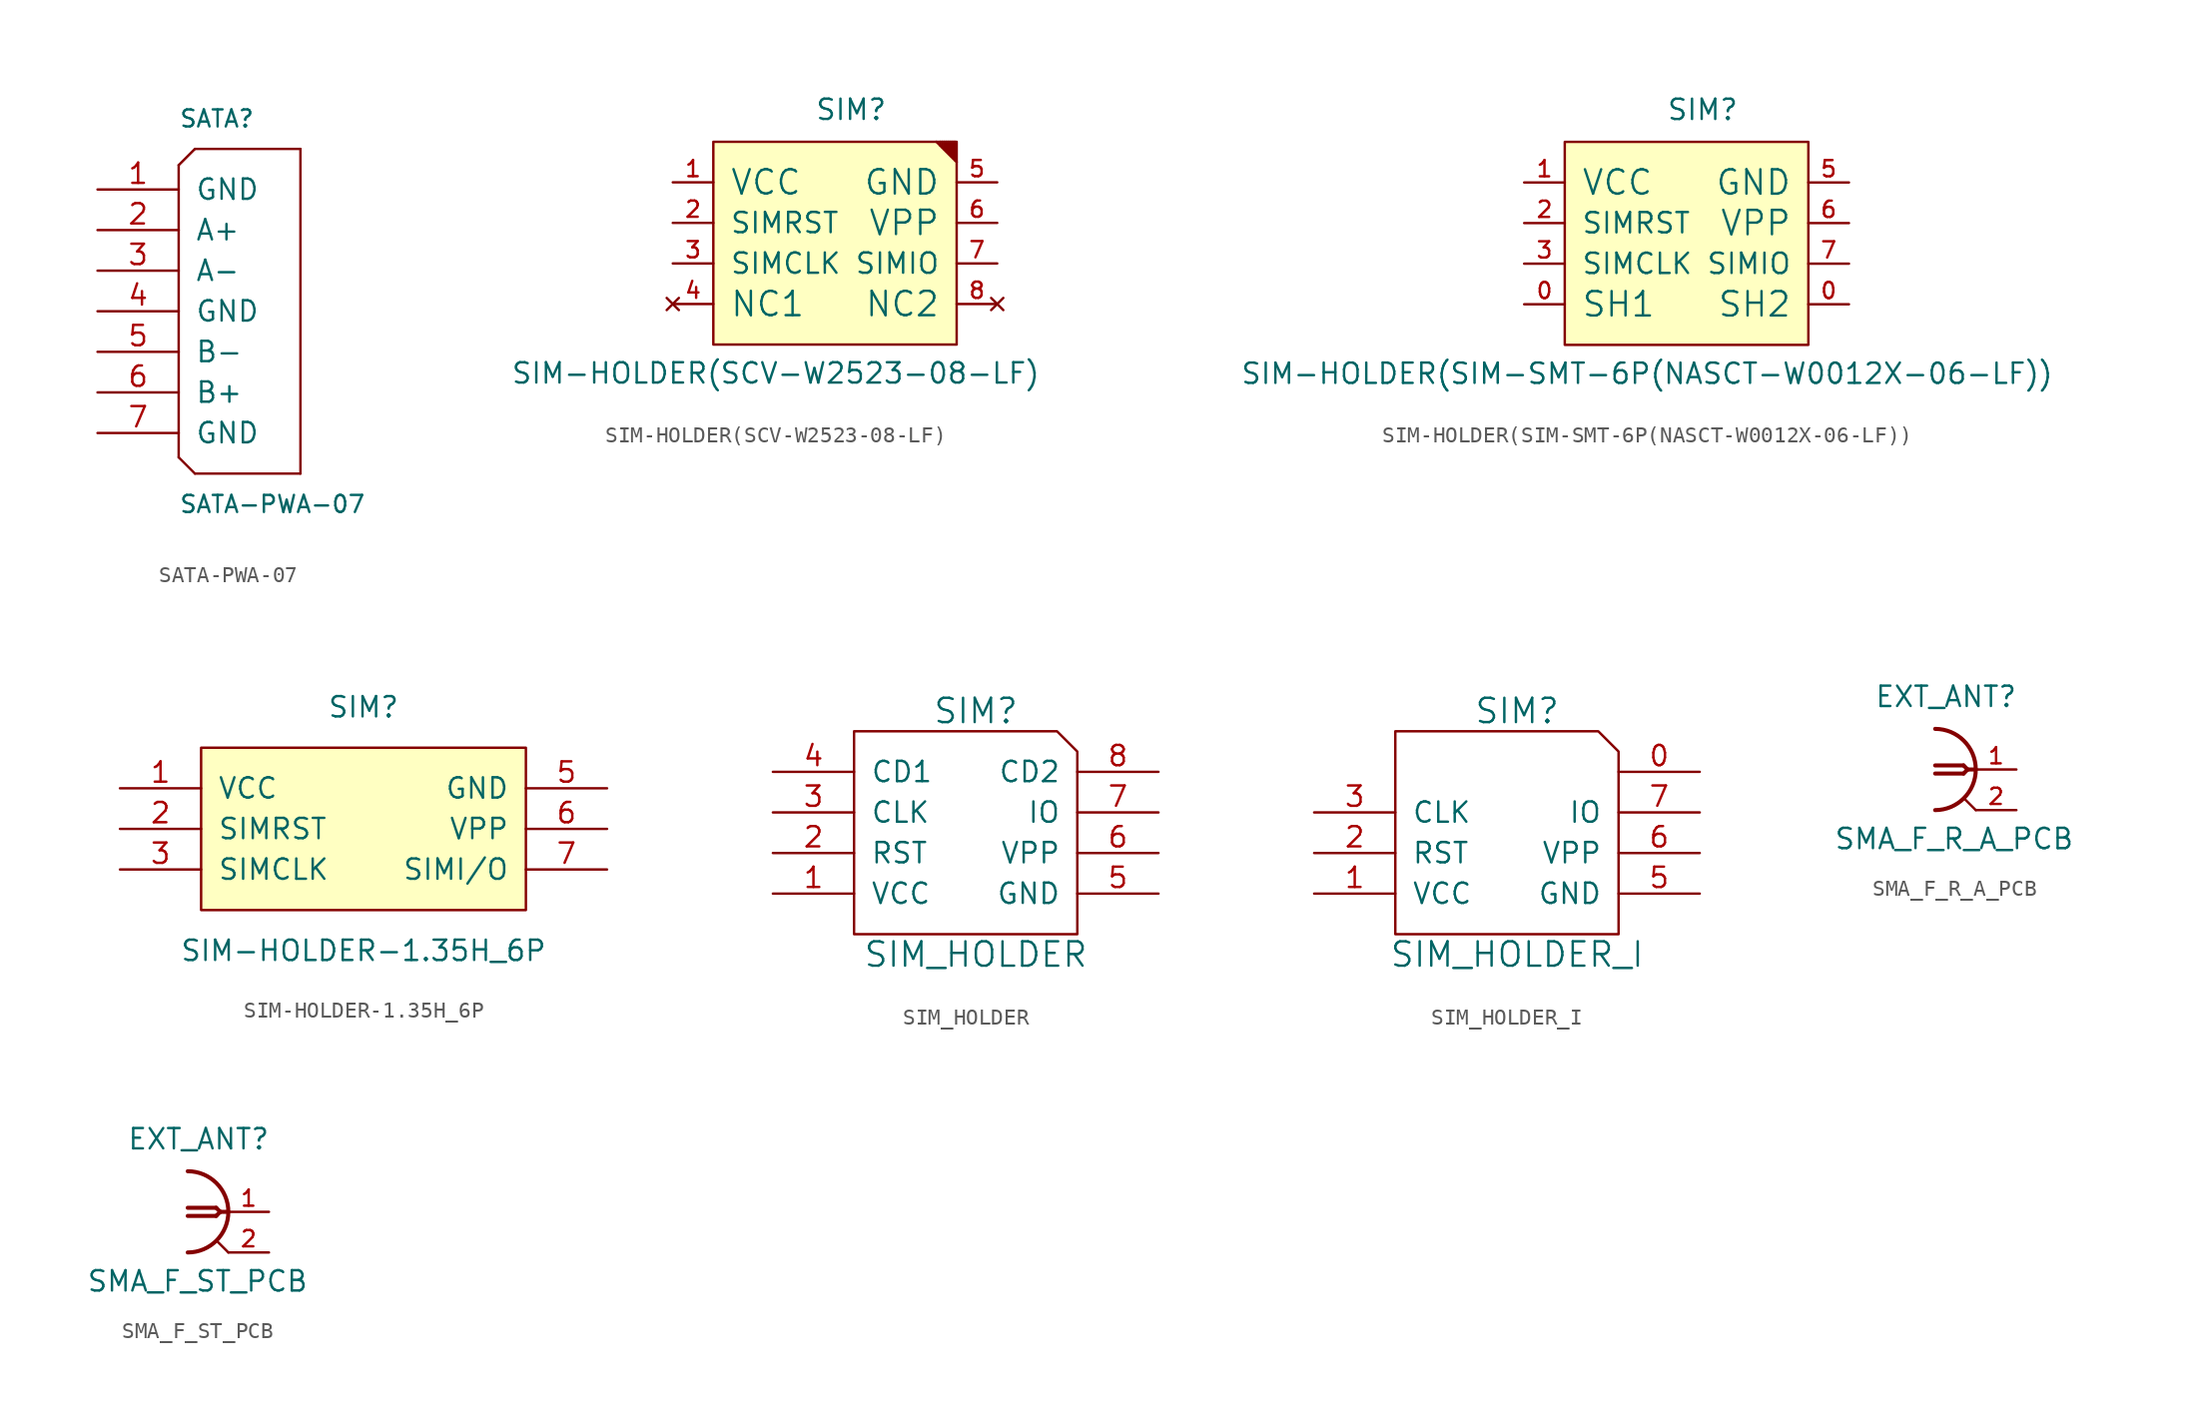
<source format=kicad_sym>
(kicad_symbol_lib
  (version 20211014)
  (generator kicad_symbol_editor)
  (symbol "SATA-PWA-07"
    (pin_names
      (offset 1.016))
    (property "Reference" "SATA"
      (at -2.54 11.43 0)
      (effects (font (size 1.067 1.067)) (justify left bottom)))
    (property "Value" "SATA-PWA-07"
      (at -2.54 -12.7 0)
      (effects (font (size 1.067 1.067)) (justify left bottom)))
    (symbol "SATA-PWA-07_1_0"
      (polyline (pts (xy -2.54 -9.144) (xy -1.524 -10.16)) (stroke (width 0) (type default) (color 0 0 0 0)) (fill (type none)))
      (polyline (pts (xy -2.54 9.144) (xy -2.54 -9.144)) (stroke (width 0) (type default) (color 0 0 0 0)) (fill (type none)))
      (polyline (pts (xy -1.524 -10.16) (xy 5.08 -10.16)) (stroke (width 0) (type default) (color 0 0 0 0)) (fill (type none)))
      (polyline (pts (xy -1.524 10.16) (xy -2.54 9.144)) (stroke (width 0) (type default) (color 0 0 0 0)) (fill (type none)))
      (polyline (pts (xy 5.08 -10.16) (xy 5.08 10.16)) (stroke (width 0) (type default) (color 0 0 0 0)) (fill (type none)))
      (polyline (pts (xy 5.08 10.16) (xy -1.524 10.16)) (stroke (width 0) (type default) (color 0 0 0 0)) (fill (type none)))
      (pin power_in line (at -7.62 7.62 0) (length 5.08) (name "GND" (effects (font (size 1.27 1.27)))) (number "1" (effects (font (size 1.27 1.27)))))
      (pin bidirectional line (at -7.62 5.08 0) (length 5.08) (name "A+" (effects (font (size 1.27 1.27)))) (number "2" (effects (font (size 1.27 1.27)))))
      (pin bidirectional line (at -7.62 2.54 0) (length 5.08) (name "A-" (effects (font (size 1.27 1.27)))) (number "3" (effects (font (size 1.27 1.27)))))
      (pin power_in line (at -7.62 0 0) (length 5.08) (name "GND" (effects (font (size 1.27 1.27)))) (number "4" (effects (font (size 1.27 1.27)))))
      (pin bidirectional line (at -7.62 -2.54 0) (length 5.08) (name "B-" (effects (font (size 1.27 1.27)))) (number "5" (effects (font (size 1.27 1.27)))))
      (pin bidirectional line (at -7.62 -5.08 0) (length 5.08) (name "B+" (effects (font (size 1.27 1.27)))) (number "6" (effects (font (size 1.27 1.27)))))
      (pin power_in line (at -7.62 -7.62 0) (length 5.08) (name "GND" (effects (font (size 1.27 1.27)))) (number "7" (effects (font (size 1.27 1.27)))))))
  (symbol "SIM-HOLDER(SCV-W2523-08-LF)"
    (pin_names
      (offset 1.016))
    (property "Reference" "SIM"
      (at -1.27 6.35 0)
      (effects (font (size 1.27 1.27)) (justify left bottom)))
    (property "Value" "SIM-HOLDER(SCV-W2523-08-LF)"
      (at -20.32 -10.16 0)
      (effects (font (size 1.27 1.27)) (justify left bottom)))
    (symbol "SIM-HOLDER(SCV-W2523-08-LF)_1_1"
      (rectangle (start -7.62 5.08) (end 7.62 -7.62) (stroke (width 0) (type default) (color 0 0 0 0)) (fill (type background)))
      (polyline (pts (xy 6.604 5.08) (xy 6.604 4.826)) (stroke (width 0) (type default) (color 0 0 0 0)) (fill (type none)))
      (polyline (pts (xy 6.731 5.08) (xy 6.731 4.699)) (stroke (width 0) (type default) (color 0 0 0 0)) (fill (type none)))
      (polyline (pts (xy 6.858 5.08) (xy 6.858 4.572)) (stroke (width 0) (type default) (color 0 0 0 0)) (fill (type none)))
      (polyline (pts (xy 6.985 5.08) (xy 6.985 4.445)) (stroke (width 0) (type default) (color 0 0 0 0)) (fill (type none)))
      (polyline (pts (xy 7.112 5.08) (xy 7.112 4.318)) (stroke (width 0) (type default) (color 0 0 0 0)) (fill (type none)))
      (polyline (pts (xy 7.239 5.08) (xy 7.239 4.191)) (stroke (width 0) (type default) (color 0 0 0 0)) (fill (type none)))
      (polyline (pts (xy 7.366 5.08) (xy 7.366 4.064)) (stroke (width 0) (type default) (color 0 0 0 0)) (fill (type none)))
      (polyline (pts (xy 7.493 5.08) (xy 7.493 3.937)) (stroke (width 0) (type default) (color 0 0 0 0)) (fill (type none)))
      (polyline (pts (xy 7.62 3.81) (xy 6.35 5.08)) (stroke (width 0) (type default) (color 0 0 0 0)) (fill (type none)))
      (pin power_in line (at -10.16 2.54 0) (length 2.54) (name "VCC" (effects (font (size 1.524 1.524)))) (number "1" (effects (font (size 1.016 1.016)))))
      (pin input line (at -10.16 0 0) (length 2.54) (name "SIMRST" (effects (font (size 1.27 1.27)))) (number "2" (effects (font (size 1.016 1.016)))))
      (pin input line (at -10.16 -2.54 0) (length 2.54) (name "SIMCLK" (effects (font (size 1.27 1.27)))) (number "3" (effects (font (size 1.016 1.016)))))
      (pin no_connect line (at -10.16 -5.08 0) (length 2.54) (name "NC1" (effects (font (size 1.524 1.524)))) (number "4" (effects (font (size 1.016 1.016)))))
      (pin power_in line (at 10.16 2.54 180) (length 2.54) (name "GND" (effects (font (size 1.524 1.524)))) (number "5" (effects (font (size 1.016 1.016)))))
      (pin input line (at 10.16 0 180) (length 2.54) (name "VPP" (effects (font (size 1.524 1.524)))) (number "6" (effects (font (size 1.016 1.016)))))
      (pin bidirectional line (at 10.16 -2.54 180) (length 2.54) (name "SIMIO" (effects (font (size 1.27 1.27)))) (number "7" (effects (font (size 1.016 1.016)))))
      (pin no_connect line (at 10.16 -5.08 180) (length 2.54) (name "NC2" (effects (font (size 1.524 1.524)))) (number "8" (effects (font (size 1.016 1.016)))))))
  (symbol "SIM-HOLDER(SIM-SMT-6P(NASCT-W0012X-06-LF))"
    (pin_names
      (offset 1.016))
    (property "Reference" "SIM"
      (at -1.27 6.35 0)
      (effects (font (size 1.27 1.27)) (justify left bottom)))
    (property "Value" "SIM-HOLDER(SIM-SMT-6P(NASCT-W0012X-06-LF))"
      (at -27.94 -10.16 0)
      (effects (font (size 1.27 1.27)) (justify left bottom)))
    (symbol "SIM-HOLDER(SIM-SMT-6P(NASCT-W0012X-06-LF))_1_1"
      (rectangle (start -7.62 5.08) (end 7.62 -7.62) (stroke (width 0) (type default) (color 0 0 0 0)) (fill (type background)))
      (pin input line (at -10.16 -5.08 0) (length 2.54) (name "SH1" (effects (font (size 1.524 1.524)))) (number "0" (effects (font (size 1.016 1.016)))))
      (pin input line (at 10.16 -5.08 180) (length 2.54) (name "SH2" (effects (font (size 1.524 1.524)))) (number "0" (effects (font (size 1.016 1.016)))))
      (pin power_in line (at -10.16 2.54 0) (length 2.54) (name "VCC" (effects (font (size 1.524 1.524)))) (number "1" (effects (font (size 1.016 1.016)))))
      (pin input line (at -10.16 0 0) (length 2.54) (name "SIMRST" (effects (font (size 1.27 1.27)))) (number "2" (effects (font (size 1.016 1.016)))))
      (pin input line (at -10.16 -2.54 0) (length 2.54) (name "SIMCLK" (effects (font (size 1.27 1.27)))) (number "3" (effects (font (size 1.016 1.016)))))
      (pin power_in line (at 10.16 2.54 180) (length 2.54) (name "GND" (effects (font (size 1.524 1.524)))) (number "5" (effects (font (size 1.016 1.016)))))
      (pin input line (at 10.16 0 180) (length 2.54) (name "VPP" (effects (font (size 1.524 1.524)))) (number "6" (effects (font (size 1.016 1.016)))))
      (pin bidirectional line (at 10.16 -2.54 180) (length 2.54) (name "SIMIO" (effects (font (size 1.27 1.27)))) (number "7" (effects (font (size 1.016 1.016)))))))
  (symbol "SIM-HOLDER-1.35H_6P"
    (pin_names
      (offset 1.016))
    (property "Reference" "SIM"
      (at 0 7.62 0)
      (effects (font (size 1.27 1.27))))
    (property "Value" "SIM-HOLDER-1.35H_6P"
      (at 0 -7.62 0)
      (effects (font (size 1.27 1.27))))
    (symbol "SIM-HOLDER-1.35H_6P_0_1"
      (rectangle (start -10.16 5.08) (end 10.16 -5.08) (stroke (width 0) (type default) (color 0 0 0 0)) (fill (type background))))
    (symbol "SIM-HOLDER-1.35H_6P_1_1"
      (pin power_in line (at -15.24 2.54 0) (length 5.08) (name "VCC" (effects (font (size 1.27 1.27)))) (number "1" (effects (font (size 1.27 1.27)))))
      (pin input line (at -15.24 0 0) (length 5.08) (name "SIMRST" (effects (font (size 1.27 1.27)))) (number "2" (effects (font (size 1.27 1.27)))))
      (pin input line (at -15.24 -2.54 0) (length 5.08) (name "SIMCLK" (effects (font (size 1.27 1.27)))) (number "3" (effects (font (size 1.27 1.27)))))
      (pin power_in line (at 15.24 2.54 180) (length 5.08) (name "GND" (effects (font (size 1.27 1.27)))) (number "5" (effects (font (size 1.27 1.27)))))
      (pin input line (at 15.24 0 180) (length 5.08) (name "VPP" (effects (font (size 1.27 1.27)))) (number "6" (effects (font (size 1.27 1.27)))))
      (pin bidirectional line (at 15.24 -2.54 180) (length 5.08) (name "SIMI/O" (effects (font (size 1.27 1.27)))) (number "7" (effects (font (size 1.27 1.27)))))))
  (symbol "SIM_HOLDER"
    (pin_names
      (offset 1.016))
    (property "Reference" "SIM"
      (at 0 7.62 0)
      (effects (font (size 1.524 1.524))))
    (property "Value" "SIM_HOLDER"
      (at 0 -7.62 0)
      (effects (font (size 1.524 1.524))))
    (symbol "SIM_HOLDER_0_1"
      (polyline (pts (xy 6.35 5.08) (xy 6.35 -6.35) (xy -7.62 -6.35) (xy -7.62 6.35) (xy 5.08 6.35) (xy 6.35 5.08)) (stroke (width 0) (type default) (color 0 0 0 0)) (fill (type none))))
    (symbol "SIM_HOLDER_1_1"
      (pin power_in line (at -12.7 -3.81 0) (length 5.08) (name "VCC" (effects (font (size 1.27 1.27)))) (number "1" (effects (font (size 1.27 1.27)))))
      (pin input line (at -12.7 -1.27 0) (length 5.08) (name "RST" (effects (font (size 1.27 1.27)))) (number "2" (effects (font (size 1.27 1.27)))))
      (pin input line (at -12.7 1.27 0) (length 5.08) (name "CLK" (effects (font (size 1.27 1.27)))) (number "3" (effects (font (size 1.27 1.27)))))
      (pin bidirectional line (at -12.7 3.81 0) (length 5.08) (name "CD1" (effects (font (size 1.27 1.27)))) (number "4" (effects (font (size 1.27 1.27)))))
      (pin power_in line (at 11.43 -3.81 180) (length 5.08) (name "GND" (effects (font (size 1.27 1.27)))) (number "5" (effects (font (size 1.27 1.27)))))
      (pin power_in line (at 11.43 -1.27 180) (length 5.08) (name "VPP" (effects (font (size 1.27 1.27)))) (number "6" (effects (font (size 1.27 1.27)))))
      (pin bidirectional line (at 11.43 1.27 180) (length 5.08) (name "IO" (effects (font (size 1.27 1.27)))) (number "7" (effects (font (size 1.27 1.27)))))
      (pin bidirectional line (at 11.43 3.81 180) (length 5.08) (name "CD2" (effects (font (size 1.27 1.27)))) (number "8" (effects (font (size 1.27 1.27)))))))
  (symbol "SIM_HOLDER_I"
    (pin_names
      (offset 1.016))
    (property "Reference" "SIM"
      (at 0 7.62 0)
      (effects (font (size 1.524 1.524))))
    (property "Value" "SIM_HOLDER_I"
      (at 0 -7.62 0)
      (effects (font (size 1.524 1.524))))
    (symbol "SIM_HOLDER_I_0_1"
      (polyline (pts (xy 6.35 5.08) (xy 6.35 -6.35) (xy -7.62 -6.35) (xy -7.62 6.35) (xy 5.08 6.35) (xy 6.35 5.08)) (stroke (width 0) (type default) (color 0 0 0 0)) (fill (type none))))
    (symbol "SIM_HOLDER_I_1_1"
      (pin passive line (at 11.43 3.81 180) (length 5.08) (name "~" (effects (font (size 1.27 1.27)))) (number "0" (effects (font (size 1.27 1.27)))))
      (pin power_in line (at -12.7 -3.81 0) (length 5.08) (name "VCC" (effects (font (size 1.27 1.27)))) (number "1" (effects (font (size 1.27 1.27)))))
      (pin input line (at -12.7 -1.27 0) (length 5.08) (name "RST" (effects (font (size 1.27 1.27)))) (number "2" (effects (font (size 1.27 1.27)))))
      (pin input line (at -12.7 1.27 0) (length 5.08) (name "CLK" (effects (font (size 1.27 1.27)))) (number "3" (effects (font (size 1.27 1.27)))))
      (pin power_in line (at 11.43 -3.81 180) (length 5.08) (name "GND" (effects (font (size 1.27 1.27)))) (number "5" (effects (font (size 1.27 1.27)))))
      (pin power_in line (at 11.43 -1.27 180) (length 5.08) (name "VPP" (effects (font (size 1.27 1.27)))) (number "6" (effects (font (size 1.27 1.27)))))
      (pin bidirectional line (at 11.43 1.27 180) (length 5.08) (name "IO" (effects (font (size 1.27 1.27)))) (number "7" (effects (font (size 1.27 1.27)))))))
  (symbol "SMA_F_R_A_PCB"
    (pin_names
      (offset 1.016))
    (property "Reference" "EXT_ANT"
      (at -6.35 3.81 0)
      (effects (font (size 1.27 1.27)) (justify left bottom)))
    (property "Value" "SMA_F_R_A_PCB"
      (at -8.89 -5.08 0)
      (effects (font (size 1.27 1.27)) (justify left bottom)))
    (symbol "SMA_F_R_A_PCB_1_0"
      (polyline (pts (xy -2.54 0.254) (xy -0.762 0.254)) (stroke (width 0.254) (type default) (color 0 0 0 0)) (fill (type none)))
      (polyline (pts (xy -0.762 -0.254) (xy -2.54 -0.254)) (stroke (width 0.254) (type default) (color 0 0 0 0)) (fill (type none)))
      (polyline (pts (xy -0.762 0.254) (xy -0.508 0)) (stroke (width 0.254) (type default) (color 0 0 0 0)) (fill (type none)))
      (polyline (pts (xy -0.508 0) (xy -0.762 -0.254)) (stroke (width 0.254) (type default) (color 0 0 0 0)) (fill (type none)))
      (polyline (pts (xy 0 -2.54) (xy -0.762 -1.778)) (stroke (width 0) (type default) (color 0 0 0 0)) (fill (type none)))
      (polyline (pts (xy 0 0) (xy -0.508 0)) (stroke (width 0.254) (type default) (color 0 0 0 0)) (fill (type none))))
    (symbol "SMA_F_R_A_PCB_1_1"
      (arc (start -2.54 -2.54) (mid 0 0) (end -2.54 2.54) (stroke (width 0.254) (type default) (color 0 0 0 0)) (fill (type none)))
      (pin passive line (at 2.54 0 180) (length 2.54) (name "~" (effects (font (size 1.016 1.016)))) (number "1" (effects (font (size 1.016 1.016)))))
      (pin power_in line (at 2.54 -2.54 180) (length 2.54) (name "~" (effects (font (size 1.016 1.016)))) (number "2" (effects (font (size 1.016 1.016)))))
      (pin power_in line (at 2.54 -2.54 180) (length 2.54) hide (name "~" (effects (font (size 1.016 1.016)))) (number "3" (effects (font (size 1.016 1.016)))))
      (pin power_in line (at 2.54 -2.54 180) (length 2.54) hide (name "~" (effects (font (size 1.016 1.016)))) (number "4" (effects (font (size 1.016 1.016)))))
      (pin power_in line (at 2.54 -2.54 180) (length 2.54) hide (name "~" (effects (font (size 1.016 1.016)))) (number "5" (effects (font (size 1.016 1.016)))))))
  (symbol "SMA_F_ST_PCB"
    (pin_names
      (offset 1.016))
    (property "Reference" "EXT_ANT"
      (at -6.35 3.81 0)
      (effects (font (size 1.27 1.27)) (justify left bottom)))
    (property "Value" "SMA_F_ST_PCB"
      (at -8.89 -5.08 0)
      (effects (font (size 1.27 1.27)) (justify left bottom)))
    (symbol "SMA_F_ST_PCB_1_0"
      (polyline (pts (xy -2.54 0.254) (xy -0.762 0.254)) (stroke (width 0.254) (type default) (color 0 0 0 0)) (fill (type none)))
      (polyline (pts (xy -0.762 -0.254) (xy -2.54 -0.254)) (stroke (width 0.254) (type default) (color 0 0 0 0)) (fill (type none)))
      (polyline (pts (xy -0.762 0.254) (xy -0.508 0)) (stroke (width 0.254) (type default) (color 0 0 0 0)) (fill (type none)))
      (polyline (pts (xy -0.508 0) (xy -0.762 -0.254)) (stroke (width 0.254) (type default) (color 0 0 0 0)) (fill (type none)))
      (polyline (pts (xy 0 -2.54) (xy -0.762 -1.778)) (stroke (width 0) (type default) (color 0 0 0 0)) (fill (type none)))
      (polyline (pts (xy 0 0) (xy -0.508 0)) (stroke (width 0.254) (type default) (color 0 0 0 0)) (fill (type none))))
    (symbol "SMA_F_ST_PCB_1_1"
      (arc (start -2.54 -2.54) (mid 0 0) (end -2.54 2.54) (stroke (width 0.254) (type default) (color 0 0 0 0)) (fill (type none)))
      (pin passive line (at 2.54 0 180) (length 2.54) (name "~" (effects (font (size 1.016 1.016)))) (number "1" (effects (font (size 1.016 1.016)))))
      (pin power_in line (at 2.54 -2.54 180) (length 2.54) (name "~" (effects (font (size 1.016 1.016)))) (number "2" (effects (font (size 1.016 1.016)))))
      (pin power_in line (at 2.54 -2.54 180) (length 2.54) hide (name "~" (effects (font (size 1.016 1.016)))) (number "3" (effects (font (size 1.016 1.016)))))
      (pin power_in line (at 2.54 -2.54 180) (length 2.54) hide (name "~" (effects (font (size 1.016 1.016)))) (number "4" (effects (font (size 1.016 1.016)))))
      (pin power_in line (at 2.54 -2.54 180) (length 2.54) hide (name "~" (effects (font (size 1.016 1.016)))) (number "5" (effects (font (size 1.016 1.016))))))))
</source>
